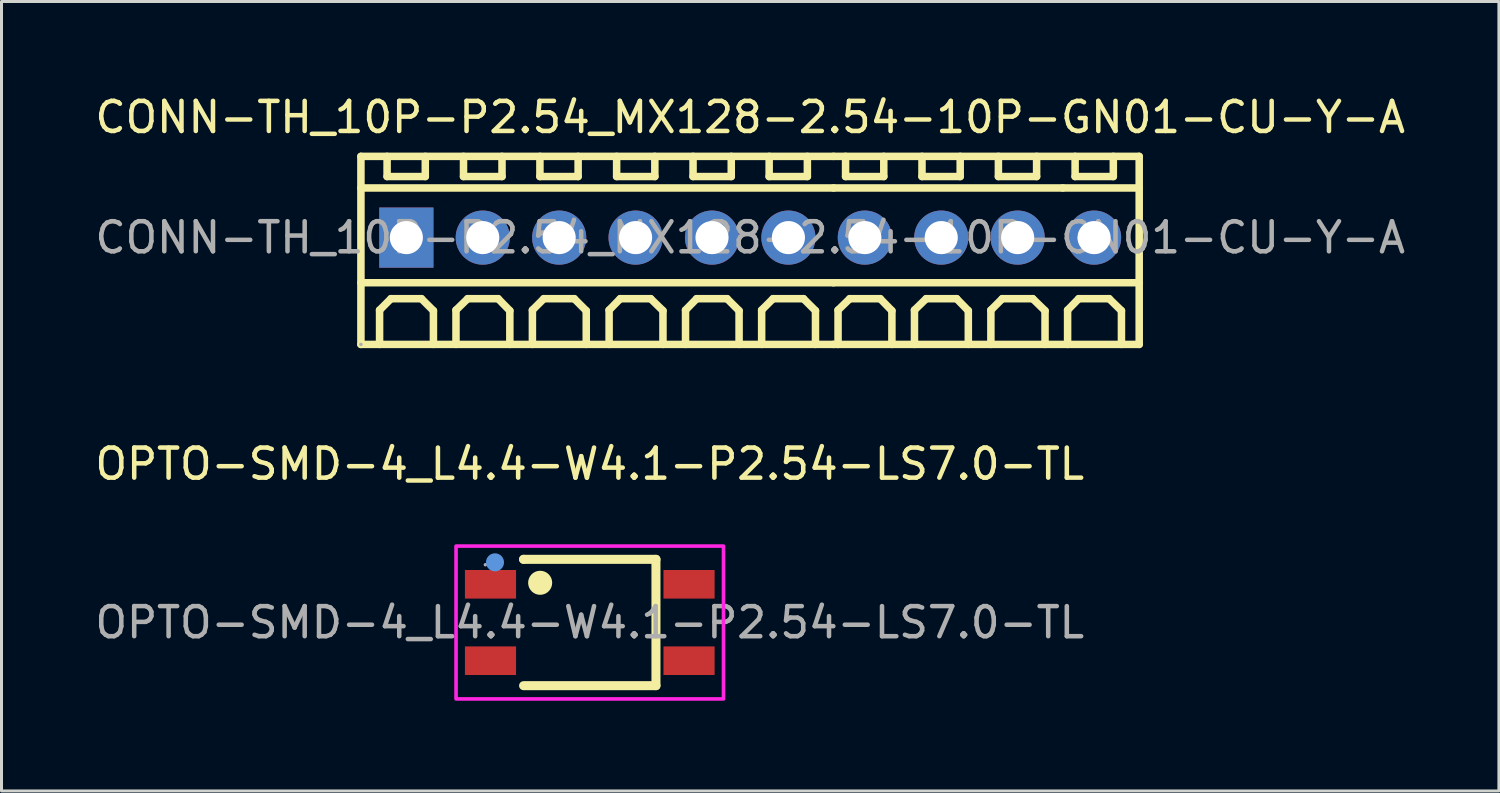
<source format=kicad_pcb>
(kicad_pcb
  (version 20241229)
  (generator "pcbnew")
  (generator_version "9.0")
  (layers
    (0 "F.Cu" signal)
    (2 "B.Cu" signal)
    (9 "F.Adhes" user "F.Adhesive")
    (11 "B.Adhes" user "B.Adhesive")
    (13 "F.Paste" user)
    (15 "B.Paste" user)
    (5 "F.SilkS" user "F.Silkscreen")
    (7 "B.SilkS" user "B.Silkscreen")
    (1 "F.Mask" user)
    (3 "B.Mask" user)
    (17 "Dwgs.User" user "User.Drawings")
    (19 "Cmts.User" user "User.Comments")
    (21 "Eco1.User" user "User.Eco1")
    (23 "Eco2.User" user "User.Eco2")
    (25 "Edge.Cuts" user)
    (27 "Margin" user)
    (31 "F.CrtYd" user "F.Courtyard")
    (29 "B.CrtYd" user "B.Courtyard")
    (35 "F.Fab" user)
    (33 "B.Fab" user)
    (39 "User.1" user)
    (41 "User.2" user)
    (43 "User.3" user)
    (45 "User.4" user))
  (footprint "OPTO-SMD-4_L4.4-W4.1-P2.54-LS7.0-TL"
    (layer "F.Cu")
    (at 16.554 17.642)
    (property "Reference" "OPTO-SMD-4_L4.4-W4.1-P2.54-LS7.0-TL" (at 0 -5.27 0) (layer "F.SilkS") (effects (font (size 1 1) (thickness 0.15))))
    (attr smd)
    (fp_line (start -2.2 -2.1) (end -2.2 -2.1) (stroke (width 0.3) (type solid)) (layer "F.SilkS"))
    (fp_line (start -2.2 -2.1) (end 2.2 -2.1) (stroke (width 0.3) (type solid)) (layer "F.SilkS"))
    (fp_line (start 2.2 -2.1) (end 2.2 2.1) (stroke (width 0.3) (type solid)) (layer "F.SilkS"))
    (fp_line (start 2.2 2.1) (end -2.2 2.1) (stroke (width 0.3) (type solid)) (layer "F.SilkS"))
    (fp_arc (start -1.65 -1.52) (mid -1.644991 -1.120063) (end -1.660014 -1.519749) (stroke (width 0.4) (type solid)) (layer "F.SilkS"))
    (fp_circle (center -3.15 -2) (end -3 -2) (stroke (width 0.3) (type solid)) (fill no) (layer "Cmts.User"))
    (fp_rect (start -4.445 -2.54) (end 4.445 2.54) (stroke (width 0.12) (type default)) (fill no) (layer "F.CrtYd"))
    (fp_circle (center -3.47 -1.92) (end -3.44 -1.92) (stroke (width 0.06) (type solid)) (fill no) (layer "F.Fab"))
    (fp_text user "${REFERENCE}" (at 0 0 0) (layer "F.Fab") (effects (font (size 1 1) (thickness 0.15))))
    (pad "1" smd rect (at -3.3 -1.27) (size 1.7 0.95) (layers "F.Cu" "F.Mask" "F.Paste"))
    (pad "2" smd rect (at -3.3 1.27) (size 1.7 0.95) (layers "F.Cu" "F.Mask" "F.Paste"))
    (pad "3" smd rect (at 3.3 1.27) (size 1.7 0.95) (layers "F.Cu" "F.Mask" "F.Paste"))
    (pad "4" smd rect (at 3.3 -1.27) (size 1.7 0.95) (layers "F.Cu" "F.Mask" "F.Paste")))
  (footprint "CONN-TH_10P-P2.54_MX128-2.54-10P-GN01-CU-Y-A"
    (layer "F.Cu")
    (at 21.887 4.848)
    (property "Reference" "CONN-TH_10P-P2.54_MX128-2.54-10P-GN01-CU-Y-A" (at 0 -4 0) (layer "F.SilkS") (effects (font (size 1 1) (thickness 0.15))))
    (attr through_hole)
    (fp_line (start -12.94 -2.7) (end -12.94 3.55) (stroke (width 0.25) (type solid)) (layer "F.SilkS"))
    (fp_line (start -12.94 -2.7) (end 2.77 -2.7) (stroke (width 0.25) (type solid)) (layer "F.SilkS"))
    (fp_line (start -12.94 -1.65) (end 2.77 -1.65) (stroke (width 0.25) (type solid)) (layer "F.SilkS"))
    (fp_line (start -12.94 1.5) (end 2.77 1.5) (stroke (width 0.25) (type solid)) (layer "F.SilkS"))
    (fp_line (start -12.94 3.55) (end 2.77 3.55) (stroke (width 0.25) (type solid)) (layer "F.SilkS"))
    (fp_line (start -12.32 2.41) (end -11.94 2.03) (stroke (width 0.25) (type solid)) (layer "F.SilkS"))
    (fp_line (start -12.32 3.55) (end -12.32 2.41) (stroke (width 0.25) (type solid)) (layer "F.SilkS"))
    (fp_line (start -12.07 -2.7) (end -12.07 -2.03) (stroke (width 0.25) (type solid)) (layer "F.SilkS"))
    (fp_line (start -12.07 -2.03) (end -10.8 -2.03) (stroke (width 0.25) (type solid)) (layer "F.SilkS"))
    (fp_line (start -11.94 2.03) (end -10.93 2.03) (stroke (width 0.25) (type solid)) (layer "F.SilkS"))
    (fp_line (start -10.93 2.03) (end -10.53 2.43) (stroke (width 0.25) (type solid)) (layer "F.SilkS"))
    (fp_line (start -10.8 -2.03) (end -10.8 -2.7) (stroke (width 0.25) (type solid)) (layer "F.SilkS"))
    (fp_line (start -10.53 2.43) (end -10.53 3.55) (stroke (width 0.25) (type solid)) (layer "F.SilkS"))
    (fp_line (start -9.78 2.41) (end -9.39 2.03) (stroke (width 0.25) (type solid)) (layer "F.SilkS"))
    (fp_line (start -9.78 3.55) (end -9.78 2.41) (stroke (width 0.25) (type solid)) (layer "F.SilkS"))
    (fp_line (start -9.53 -2.7) (end -9.53 -2.03) (stroke (width 0.25) (type solid)) (layer "F.SilkS"))
    (fp_line (start -9.53 -2.03) (end -8.25 -2.03) (stroke (width 0.25) (type solid)) (layer "F.SilkS"))
    (fp_line (start -9.39 2.03) (end -8.38 2.03) (stroke (width 0.25) (type solid)) (layer "F.SilkS"))
    (fp_line (start -8.38 2.03) (end -7.99 2.43) (stroke (width 0.25) (type solid)) (layer "F.SilkS"))
    (fp_line (start -8.25 -2.03) (end -8.25 -2.7) (stroke (width 0.25) (type solid)) (layer "F.SilkS"))
    (fp_line (start -7.99 2.43) (end -7.99 3.55) (stroke (width 0.25) (type solid)) (layer "F.SilkS"))
    (fp_line (start -7.24 2.41) (end -6.86 2.03) (stroke (width 0.25) (type solid)) (layer "F.SilkS"))
    (fp_line (start -7.24 3.55) (end -7.24 2.41) (stroke (width 0.25) (type solid)) (layer "F.SilkS"))
    (fp_line (start -6.99 -2.7) (end -6.99 -2.03) (stroke (width 0.25) (type solid)) (layer "F.SilkS"))
    (fp_line (start -6.99 -2.03) (end -5.72 -2.03) (stroke (width 0.25) (type solid)) (layer "F.SilkS"))
    (fp_line (start -6.86 2.03) (end -5.85 2.03) (stroke (width 0.25) (type solid)) (layer "F.SilkS"))
    (fp_line (start -5.85 2.03) (end -5.45 2.43) (stroke (width 0.25) (type solid)) (layer "F.SilkS"))
    (fp_line (start -5.72 -2.03) (end -5.72 -2.7) (stroke (width 0.25) (type solid)) (layer "F.SilkS"))
    (fp_line (start -5.45 2.43) (end -5.45 3.55) (stroke (width 0.25) (type solid)) (layer "F.SilkS"))
    (fp_line (start -4.69 2.41) (end -4.32 2.03) (stroke (width 0.25) (type solid)) (layer "F.SilkS"))
    (fp_line (start -4.69 3.55) (end -4.69 2.41) (stroke (width 0.25) (type solid)) (layer "F.SilkS"))
    (fp_line (start -4.44 -2.7) (end -4.44 -2.03) (stroke (width 0.25) (type solid)) (layer "F.SilkS"))
    (fp_line (start -4.44 -2.03) (end -3.17 -2.03) (stroke (width 0.25) (type solid)) (layer "F.SilkS"))
    (fp_line (start -4.32 2.03) (end -3.31 2.03) (stroke (width 0.25) (type solid)) (layer "F.SilkS"))
    (fp_line (start -3.31 2.03) (end -2.9 2.43) (stroke (width 0.25) (type solid)) (layer "F.SilkS"))
    (fp_line (start -3.17 -2.03) (end -3.17 -2.7) (stroke (width 0.25) (type solid)) (layer "F.SilkS"))
    (fp_line (start -2.9 2.43) (end -2.9 3.55) (stroke (width 0.25) (type solid)) (layer "F.SilkS"))
    (fp_line (start -2.15 2.41) (end -1.78 2.03) (stroke (width 0.25) (type solid)) (layer "F.SilkS"))
    (fp_line (start -2.15 3.55) (end -2.15 2.41) (stroke (width 0.25) (type solid)) (layer "F.SilkS"))
    (fp_line (start -1.9 -2.7) (end -1.9 -2.03) (stroke (width 0.25) (type solid)) (layer "F.SilkS"))
    (fp_line (start -1.9 -2.03) (end -0.63 -2.03) (stroke (width 0.25) (type solid)) (layer "F.SilkS"))
    (fp_line (start -1.78 2.03) (end -0.77 2.03) (stroke (width 0.25) (type solid)) (layer "F.SilkS"))
    (fp_line (start -0.77 2.03) (end -0.37 2.43) (stroke (width 0.25) (type solid)) (layer "F.SilkS"))
    (fp_line (start -0.63 -2.03) (end -0.63 -2.7) (stroke (width 0.25) (type solid)) (layer "F.SilkS"))
    (fp_line (start -0.37 2.43) (end -0.37 3.55) (stroke (width 0.25) (type solid)) (layer "F.SilkS"))
    (fp_line (start 0.38 2.41) (end 0.76 2.03) (stroke (width 0.25) (type solid)) (layer "F.SilkS"))
    (fp_line (start 0.38 3.55) (end 0.38 2.41) (stroke (width 0.25) (type solid)) (layer "F.SilkS"))
    (fp_line (start 0.63 -2.7) (end 0.63 -2.03) (stroke (width 0.25) (type solid)) (layer "F.SilkS"))
    (fp_line (start 0.63 -2.03) (end 1.9 -2.03) (stroke (width 0.25) (type solid)) (layer "F.SilkS"))
    (fp_line (start 0.76 2.03) (end 1.77 2.03) (stroke (width 0.25) (type solid)) (layer "F.SilkS"))
    (fp_line (start 1.77 2.03) (end 2.17 2.43) (stroke (width 0.25) (type solid)) (layer "F.SilkS"))
    (fp_line (start 1.9 -2.03) (end 1.9 -2.7) (stroke (width 0.25) (type solid)) (layer "F.SilkS"))
    (fp_line (start 2.17 2.43) (end 2.17 3.55) (stroke (width 0.25) (type solid)) (layer "F.SilkS"))
    (fp_line (start 2.77 -2.7) (end 12.93 -2.7) (stroke (width 0.25) (type solid)) (layer "F.SilkS"))
    (fp_line (start 2.77 -1.65) (end 10.39 -1.65) (stroke (width 0.25) (type solid)) (layer "F.SilkS"))
    (fp_line (start 2.77 1.5) (end 12.93 1.5) (stroke (width 0.25) (type solid)) (layer "F.SilkS"))
    (fp_line (start 2.77 3.55) (end 12.93 3.55) (stroke (width 0.25) (type solid)) (layer "F.SilkS"))
    (fp_line (start 2.92 2.41) (end 3.31 2.03) (stroke (width 0.25) (type solid)) (layer "F.SilkS"))
    (fp_line (start 2.92 3.55) (end 2.92 2.41) (stroke (width 0.25) (type solid)) (layer "F.SilkS"))
    (fp_line (start 3.17 -2.7) (end 3.17 -2.03) (stroke (width 0.25) (type solid)) (layer "F.SilkS"))
    (fp_line (start 3.17 -2.03) (end 4.44 -2.03) (stroke (width 0.25) (type solid)) (layer "F.SilkS"))
    (fp_line (start 3.31 2.03) (end 4.32 2.03) (stroke (width 0.25) (type solid)) (layer "F.SilkS"))
    (fp_line (start 4.32 2.03) (end 4.71 2.43) (stroke (width 0.25) (type solid)) (layer "F.SilkS"))
    (fp_line (start 4.44 -2.03) (end 4.44 -2.7) (stroke (width 0.25) (type solid)) (layer "F.SilkS"))
    (fp_line (start 4.71 2.43) (end 4.71 3.55) (stroke (width 0.25) (type solid)) (layer "F.SilkS"))
    (fp_line (start 5.46 2.41) (end 5.85 2.03) (stroke (width 0.25) (type solid)) (layer "F.SilkS"))
    (fp_line (start 5.46 3.55) (end 5.46 2.41) (stroke (width 0.25) (type solid)) (layer "F.SilkS"))
    (fp_line (start 5.71 -2.7) (end 5.71 -2.03) (stroke (width 0.25) (type solid)) (layer "F.SilkS"))
    (fp_line (start 5.71 -2.03) (end 6.98 -2.03) (stroke (width 0.25) (type solid)) (layer "F.SilkS"))
    (fp_line (start 5.85 2.03) (end 6.86 2.03) (stroke (width 0.25) (type solid)) (layer "F.SilkS"))
    (fp_line (start 6.86 2.03) (end 7.25 2.43) (stroke (width 0.25) (type solid)) (layer "F.SilkS"))
    (fp_line (start 6.98 -2.03) (end 6.98 -2.7) (stroke (width 0.25) (type solid)) (layer "F.SilkS"))
    (fp_line (start 7.25 2.43) (end 7.25 3.55) (stroke (width 0.25) (type solid)) (layer "F.SilkS"))
    (fp_line (start 8 2.41) (end 8.38 2.03) (stroke (width 0.25) (type solid)) (layer "F.SilkS"))
    (fp_line (start 8 3.55) (end 8 2.41) (stroke (width 0.25) (type solid)) (layer "F.SilkS"))
    (fp_line (start 8.25 -2.7) (end 8.25 -2.03) (stroke (width 0.25) (type solid)) (layer "F.SilkS"))
    (fp_line (start 8.25 -2.03) (end 9.52 -2.03) (stroke (width 0.25) (type solid)) (layer "F.SilkS"))
    (fp_line (start 8.38 2.03) (end 9.39 2.03) (stroke (width 0.25) (type solid)) (layer "F.SilkS"))
    (fp_line (start 9.39 2.03) (end 9.8 2.43) (stroke (width 0.25) (type solid)) (layer "F.SilkS"))
    (fp_line (start 9.52 -2.03) (end 9.52 -2.7) (stroke (width 0.25) (type solid)) (layer "F.SilkS"))
    (fp_line (start 9.8 2.43) (end 9.8 3.55) (stroke (width 0.25) (type solid)) (layer "F.SilkS"))
    (fp_line (start 10.39 -1.65) (end 12.93 -1.65) (stroke (width 0.25) (type solid)) (layer "F.SilkS"))
    (fp_line (start 10.55 2.41) (end 10.92 2.03) (stroke (width 0.25) (type solid)) (layer "F.SilkS"))
    (fp_line (start 10.55 3.55) (end 10.55 2.41) (stroke (width 0.25) (type solid)) (layer "F.SilkS"))
    (fp_line (start 10.8 -2.7) (end 10.8 -2.03) (stroke (width 0.25) (type solid)) (layer "F.SilkS"))
    (fp_line (start 10.8 -2.03) (end 12.07 -2.03) (stroke (width 0.25) (type solid)) (layer "F.SilkS"))
    (fp_line (start 10.92 2.03) (end 11.93 2.03) (stroke (width 0.25) (type solid)) (layer "F.SilkS"))
    (fp_line (start 11.93 2.03) (end 12.34 2.43) (stroke (width 0.25) (type solid)) (layer "F.SilkS"))
    (fp_line (start 12.07 -2.03) (end 12.07 -2.7) (stroke (width 0.25) (type solid)) (layer "F.SilkS"))
    (fp_line (start 12.34 2.43) (end 12.34 3.55) (stroke (width 0.25) (type solid)) (layer "F.SilkS"))
    (fp_line (start 12.93 -2.7) (end 12.93 3.55) (stroke (width 0.25) (type solid)) (layer "F.SilkS"))
    (fp_circle (center -12.94 3.55) (end -12.91 3.55) (stroke (width 0.06) (type solid)) (fill no) (layer "F.Fab"))
    (fp_text user "${REFERENCE}" (at 0 0 0) (layer "F.Fab") (effects (font (size 1 1) (thickness 0.15))))
    (pad "1" thru_hole rect (at -11.43 0) (size 1.8 2) (drill 1.1) (layers "*.Cu" "*.Mask"))
    (pad "2" thru_hole circle (at -8.89 0) (size 1.8 1.8) (drill 1.1) (layers "*.Cu" "*.Mask"))
    (pad "3" thru_hole circle (at -6.35 0) (size 1.8 1.8) (drill 1.1) (layers "*.Cu" "*.Mask"))
    (pad "4" thru_hole circle (at -3.81 0) (size 1.8 1.8) (drill 1.1) (layers "*.Cu" "*.Mask"))
    (pad "5" thru_hole circle (at -1.27 0) (size 1.8 1.8) (drill 1.1) (layers "*.Cu" "*.Mask"))
    (pad "6" thru_hole circle (at 1.27 0) (size 1.8 1.8) (drill 1.1) (layers "*.Cu" "*.Mask"))
    (pad "7" thru_hole circle (at 3.81 0) (size 1.8 1.8) (drill 1.1) (layers "*.Cu" "*.Mask"))
    (pad "8" thru_hole circle (at 6.35 0) (size 1.8 1.8) (drill 1.1) (layers "*.Cu" "*.Mask"))
    (pad "9" thru_hole circle (at 8.89 0) (size 1.8 1.8) (drill 1.1) (layers "*.Cu" "*.Mask"))
    (pad "10" thru_hole circle (at 11.43 0) (size 1.8 1.8) (drill 1.1) (layers "*.Cu" "*.Mask")))
  (gr_rect
    (start -3 -3)
    (end 46.774 23.241)
    (stroke (width 0.1) (type default))
    (fill no)
    (layer "Edge.Cuts")))
</source>
